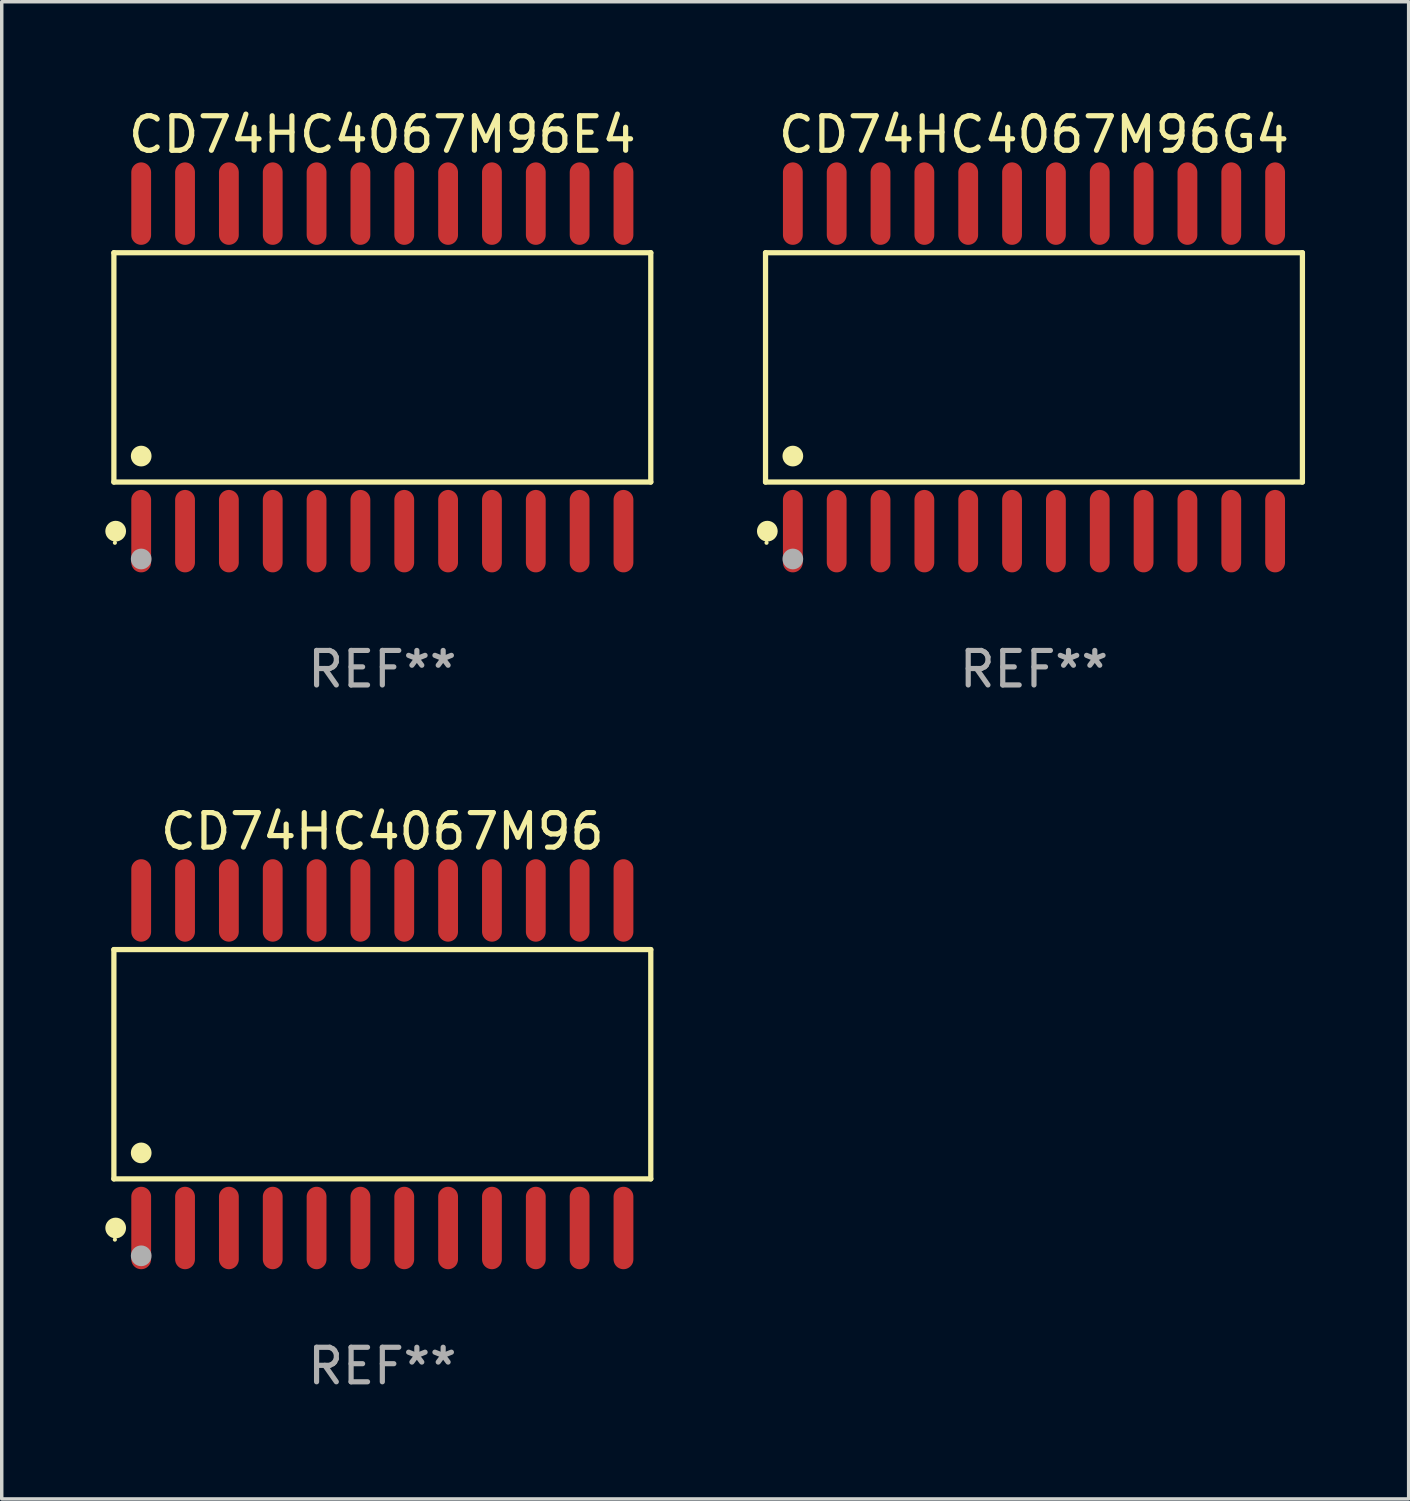
<source format=kicad_pcb>
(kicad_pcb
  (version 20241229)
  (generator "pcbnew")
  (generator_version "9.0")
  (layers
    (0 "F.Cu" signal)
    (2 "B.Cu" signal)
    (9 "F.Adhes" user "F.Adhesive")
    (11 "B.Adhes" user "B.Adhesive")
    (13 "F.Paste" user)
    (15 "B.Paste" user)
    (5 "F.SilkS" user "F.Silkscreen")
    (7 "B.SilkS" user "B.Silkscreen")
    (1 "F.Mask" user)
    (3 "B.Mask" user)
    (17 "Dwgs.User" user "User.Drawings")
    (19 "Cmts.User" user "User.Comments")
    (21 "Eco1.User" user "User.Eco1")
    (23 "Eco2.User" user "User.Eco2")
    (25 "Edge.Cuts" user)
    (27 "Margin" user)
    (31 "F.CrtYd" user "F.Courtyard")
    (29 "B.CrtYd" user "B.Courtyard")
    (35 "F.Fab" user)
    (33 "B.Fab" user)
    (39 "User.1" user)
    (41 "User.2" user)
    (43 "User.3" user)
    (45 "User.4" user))
  (footprint "CD74HC4067M96"
    (layer "F.Cu")
    (at 8.025 27.777)
    (property "Reference" "CD74HC4067M96" (at 0 -6.744 0) (layer "F.SilkS") (effects (font (size 1 1) (thickness 0.15))))
    (attr through_hole)
    (fp_line (start -7.776 -3.321) (end 7.776 -3.321) (stroke (width 0.152) (type solid)) (layer "F.SilkS"))
    (fp_line (start -7.776 3.321) (end -7.776 -3.321) (stroke (width 0.152) (type solid)) (layer "F.SilkS"))
    (fp_line (start 7.776 -3.321) (end 7.776 3.321) (stroke (width 0.152) (type solid)) (layer "F.SilkS"))
    (fp_line (start 7.776 3.321) (end -7.776 3.321) (stroke (width 0.152) (type solid)) (layer "F.SilkS"))
    (fp_circle (center -7.747 5.08) (end -7.717 5.08) (stroke (width 0.06) (type solid)) (fill no) (layer "F.SilkS"))
    (fp_circle (center -7.724 4.744) (end -7.574 4.744) (stroke (width 0.3) (type solid)) (fill no) (layer "F.SilkS"))
    (fp_circle (center -6.985 2.569) (end -6.835 2.569) (stroke (width 0.3) (type solid)) (fill no) (layer "F.SilkS"))
    (fp_circle (center -6.985 5.55) (end -6.835 5.55) (stroke (width 0.3) (type solid)) (fill no) (layer "F.Fab"))
    (fp_text user "REF**" (at 0 8.744 0) (layer "F.Fab") (effects (font (size 1 1) (thickness 0.15))))
    (pad "1" smd oval (at -6.985 4.744) (size 0.574 2.388) (layers "F.Cu" "F.Mask" "F.Paste"))
    (pad "2" smd oval (at -5.715 4.744) (size 0.574 2.388) (layers "F.Cu" "F.Mask" "F.Paste"))
    (pad "3" smd oval (at -4.445 4.744) (size 0.574 2.388) (layers "F.Cu" "F.Mask" "F.Paste"))
    (pad "4" smd oval (at -3.175 4.744) (size 0.574 2.388) (layers "F.Cu" "F.Mask" "F.Paste"))
    (pad "5" smd oval (at -1.905 4.744) (size 0.574 2.388) (layers "F.Cu" "F.Mask" "F.Paste"))
    (pad "6" smd oval (at -0.635 4.744) (size 0.574 2.388) (layers "F.Cu" "F.Mask" "F.Paste"))
    (pad "7" smd oval (at 0.635 4.744) (size 0.574 2.388) (layers "F.Cu" "F.Mask" "F.Paste"))
    (pad "8" smd oval (at 1.905 4.744) (size 0.574 2.388) (layers "F.Cu" "F.Mask" "F.Paste"))
    (pad "9" smd oval (at 3.175 4.744) (size 0.574 2.388) (layers "F.Cu" "F.Mask" "F.Paste"))
    (pad "10" smd oval (at 4.445 4.744) (size 0.574 2.388) (layers "F.Cu" "F.Mask" "F.Paste"))
    (pad "11" smd oval (at 5.715 4.744) (size 0.574 2.388) (layers "F.Cu" "F.Mask" "F.Paste"))
    (pad "12" smd oval (at 6.985 4.744) (size 0.574 2.388) (layers "F.Cu" "F.Mask" "F.Paste"))
    (pad "13" smd oval (at 6.985 -4.744) (size 0.574 2.388) (layers "F.Cu" "F.Mask" "F.Paste"))
    (pad "14" smd oval (at 5.715 -4.744) (size 0.574 2.388) (layers "F.Cu" "F.Mask" "F.Paste"))
    (pad "15" smd oval (at 4.445 -4.744) (size 0.574 2.388) (layers "F.Cu" "F.Mask" "F.Paste"))
    (pad "16" smd oval (at 3.175 -4.744) (size 0.574 2.388) (layers "F.Cu" "F.Mask" "F.Paste"))
    (pad "17" smd oval (at 1.905 -4.744) (size 0.574 2.388) (layers "F.Cu" "F.Mask" "F.Paste"))
    (pad "18" smd oval (at 0.635 -4.744) (size 0.574 2.388) (layers "F.Cu" "F.Mask" "F.Paste"))
    (pad "19" smd oval (at -0.635 -4.744) (size 0.574 2.388) (layers "F.Cu" "F.Mask" "F.Paste"))
    (pad "20" smd oval (at -1.905 -4.744) (size 0.574 2.388) (layers "F.Cu" "F.Mask" "F.Paste"))
    (pad "21" smd oval (at -3.175 -4.744) (size 0.574 2.388) (layers "F.Cu" "F.Mask" "F.Paste"))
    (pad "22" smd oval (at -4.445 -4.744) (size 0.574 2.388) (layers "F.Cu" "F.Mask" "F.Paste"))
    (pad "23" smd oval (at -5.715 -4.744) (size 0.574 2.388) (layers "F.Cu" "F.Mask" "F.Paste"))
    (pad "24" smd oval (at -6.985 -4.744) (size 0.574 2.388) (layers "F.Cu" "F.Mask" "F.Paste")))
  (footprint "CD74HC4067M96G4"
    (layer "F.Cu")
    (at 26.901 7.592)
    (property "Reference" "CD74HC4067M96G4" (at 0 -6.744 0) (layer "F.SilkS") (effects (font (size 1 1) (thickness 0.15))))
    (attr through_hole)
    (fp_line (start -7.776 -3.321) (end 7.776 -3.321) (stroke (width 0.152) (type solid)) (layer "F.SilkS"))
    (fp_line (start -7.776 3.321) (end -7.776 -3.321) (stroke (width 0.152) (type solid)) (layer "F.SilkS"))
    (fp_line (start 7.776 -3.321) (end 7.776 3.321) (stroke (width 0.152) (type solid)) (layer "F.SilkS"))
    (fp_line (start 7.776 3.321) (end -7.776 3.321) (stroke (width 0.152) (type solid)) (layer "F.SilkS"))
    (fp_circle (center -7.747 5.08) (end -7.717 5.08) (stroke (width 0.06) (type solid)) (fill no) (layer "F.SilkS"))
    (fp_circle (center -7.724 4.744) (end -7.574 4.744) (stroke (width 0.3) (type solid)) (fill no) (layer "F.SilkS"))
    (fp_circle (center -6.985 2.569) (end -6.835 2.569) (stroke (width 0.3) (type solid)) (fill no) (layer "F.SilkS"))
    (fp_circle (center -6.985 5.55) (end -6.835 5.55) (stroke (width 0.3) (type solid)) (fill no) (layer "F.Fab"))
    (fp_text user "REF**" (at 0 8.744 0) (layer "F.Fab") (effects (font (size 1 1) (thickness 0.15))))
    (pad "1" smd oval (at -6.985 4.744) (size 0.574 2.388) (layers "F.Cu" "F.Mask" "F.Paste"))
    (pad "2" smd oval (at -5.715 4.744) (size 0.574 2.388) (layers "F.Cu" "F.Mask" "F.Paste"))
    (pad "3" smd oval (at -4.445 4.744) (size 0.574 2.388) (layers "F.Cu" "F.Mask" "F.Paste"))
    (pad "4" smd oval (at -3.175 4.744) (size 0.574 2.388) (layers "F.Cu" "F.Mask" "F.Paste"))
    (pad "5" smd oval (at -1.905 4.744) (size 0.574 2.388) (layers "F.Cu" "F.Mask" "F.Paste"))
    (pad "6" smd oval (at -0.635 4.744) (size 0.574 2.388) (layers "F.Cu" "F.Mask" "F.Paste"))
    (pad "7" smd oval (at 0.635 4.744) (size 0.574 2.388) (layers "F.Cu" "F.Mask" "F.Paste"))
    (pad "8" smd oval (at 1.905 4.744) (size 0.574 2.388) (layers "F.Cu" "F.Mask" "F.Paste"))
    (pad "9" smd oval (at 3.175 4.744) (size 0.574 2.388) (layers "F.Cu" "F.Mask" "F.Paste"))
    (pad "10" smd oval (at 4.445 4.744) (size 0.574 2.388) (layers "F.Cu" "F.Mask" "F.Paste"))
    (pad "11" smd oval (at 5.715 4.744) (size 0.574 2.388) (layers "F.Cu" "F.Mask" "F.Paste"))
    (pad "12" smd oval (at 6.985 4.744) (size 0.574 2.388) (layers "F.Cu" "F.Mask" "F.Paste"))
    (pad "13" smd oval (at 6.985 -4.744) (size 0.574 2.388) (layers "F.Cu" "F.Mask" "F.Paste"))
    (pad "14" smd oval (at 5.715 -4.744) (size 0.574 2.388) (layers "F.Cu" "F.Mask" "F.Paste"))
    (pad "15" smd oval (at 4.445 -4.744) (size 0.574 2.388) (layers "F.Cu" "F.Mask" "F.Paste"))
    (pad "16" smd oval (at 3.175 -4.744) (size 0.574 2.388) (layers "F.Cu" "F.Mask" "F.Paste"))
    (pad "17" smd oval (at 1.905 -4.744) (size 0.574 2.388) (layers "F.Cu" "F.Mask" "F.Paste"))
    (pad "18" smd oval (at 0.635 -4.744) (size 0.574 2.388) (layers "F.Cu" "F.Mask" "F.Paste"))
    (pad "19" smd oval (at -0.635 -4.744) (size 0.574 2.388) (layers "F.Cu" "F.Mask" "F.Paste"))
    (pad "20" smd oval (at -1.905 -4.744) (size 0.574 2.388) (layers "F.Cu" "F.Mask" "F.Paste"))
    (pad "21" smd oval (at -3.175 -4.744) (size 0.574 2.388) (layers "F.Cu" "F.Mask" "F.Paste"))
    (pad "22" smd oval (at -4.445 -4.744) (size 0.574 2.388) (layers "F.Cu" "F.Mask" "F.Paste"))
    (pad "23" smd oval (at -5.715 -4.744) (size 0.574 2.388) (layers "F.Cu" "F.Mask" "F.Paste"))
    (pad "24" smd oval (at -6.985 -4.744) (size 0.574 2.388) (layers "F.Cu" "F.Mask" "F.Paste")))
  (footprint "CD74HC4067M96E4"
    (layer "F.Cu")
    (at 8.025 7.592)
    (property "Reference" "CD74HC4067M96E4" (at 0 -6.744 0) (layer "F.SilkS") (effects (font (size 1 1) (thickness 0.15))))
    (attr through_hole)
    (fp_line (start -7.776 -3.321) (end 7.776 -3.321) (stroke (width 0.152) (type solid)) (layer "F.SilkS"))
    (fp_line (start -7.776 3.321) (end -7.776 -3.321) (stroke (width 0.152) (type solid)) (layer "F.SilkS"))
    (fp_line (start 7.776 -3.321) (end 7.776 3.321) (stroke (width 0.152) (type solid)) (layer "F.SilkS"))
    (fp_line (start 7.776 3.321) (end -7.776 3.321) (stroke (width 0.152) (type solid)) (layer "F.SilkS"))
    (fp_circle (center -7.747 5.08) (end -7.717 5.08) (stroke (width 0.06) (type solid)) (fill no) (layer "F.SilkS"))
    (fp_circle (center -7.724 4.744) (end -7.574 4.744) (stroke (width 0.3) (type solid)) (fill no) (layer "F.SilkS"))
    (fp_circle (center -6.985 2.569) (end -6.835 2.569) (stroke (width 0.3) (type solid)) (fill no) (layer "F.SilkS"))
    (fp_circle (center -6.985 5.55) (end -6.835 5.55) (stroke (width 0.3) (type solid)) (fill no) (layer "F.Fab"))
    (fp_text user "REF**" (at 0 8.744 0) (layer "F.Fab") (effects (font (size 1 1) (thickness 0.15))))
    (pad "1" smd oval (at -6.985 4.744) (size 0.574 2.388) (layers "F.Cu" "F.Mask" "F.Paste"))
    (pad "2" smd oval (at -5.715 4.744) (size 0.574 2.388) (layers "F.Cu" "F.Mask" "F.Paste"))
    (pad "3" smd oval (at -4.445 4.744) (size 0.574 2.388) (layers "F.Cu" "F.Mask" "F.Paste"))
    (pad "4" smd oval (at -3.175 4.744) (size 0.574 2.388) (layers "F.Cu" "F.Mask" "F.Paste"))
    (pad "5" smd oval (at -1.905 4.744) (size 0.574 2.388) (layers "F.Cu" "F.Mask" "F.Paste"))
    (pad "6" smd oval (at -0.635 4.744) (size 0.574 2.388) (layers "F.Cu" "F.Mask" "F.Paste"))
    (pad "7" smd oval (at 0.635 4.744) (size 0.574 2.388) (layers "F.Cu" "F.Mask" "F.Paste"))
    (pad "8" smd oval (at 1.905 4.744) (size 0.574 2.388) (layers "F.Cu" "F.Mask" "F.Paste"))
    (pad "9" smd oval (at 3.175 4.744) (size 0.574 2.388) (layers "F.Cu" "F.Mask" "F.Paste"))
    (pad "10" smd oval (at 4.445 4.744) (size 0.574 2.388) (layers "F.Cu" "F.Mask" "F.Paste"))
    (pad "11" smd oval (at 5.715 4.744) (size 0.574 2.388) (layers "F.Cu" "F.Mask" "F.Paste"))
    (pad "12" smd oval (at 6.985 4.744) (size 0.574 2.388) (layers "F.Cu" "F.Mask" "F.Paste"))
    (pad "13" smd oval (at 6.985 -4.744) (size 0.574 2.388) (layers "F.Cu" "F.Mask" "F.Paste"))
    (pad "14" smd oval (at 5.715 -4.744) (size 0.574 2.388) (layers "F.Cu" "F.Mask" "F.Paste"))
    (pad "15" smd oval (at 4.445 -4.744) (size 0.574 2.388) (layers "F.Cu" "F.Mask" "F.Paste"))
    (pad "16" smd oval (at 3.175 -4.744) (size 0.574 2.388) (layers "F.Cu" "F.Mask" "F.Paste"))
    (pad "17" smd oval (at 1.905 -4.744) (size 0.574 2.388) (layers "F.Cu" "F.Mask" "F.Paste"))
    (pad "18" smd oval (at 0.635 -4.744) (size 0.574 2.388) (layers "F.Cu" "F.Mask" "F.Paste"))
    (pad "19" smd oval (at -0.635 -4.744) (size 0.574 2.388) (layers "F.Cu" "F.Mask" "F.Paste"))
    (pad "20" smd oval (at -1.905 -4.744) (size 0.574 2.388) (layers "F.Cu" "F.Mask" "F.Paste"))
    (pad "21" smd oval (at -3.175 -4.744) (size 0.574 2.388) (layers "F.Cu" "F.Mask" "F.Paste"))
    (pad "22" smd oval (at -4.445 -4.744) (size 0.574 2.388) (layers "F.Cu" "F.Mask" "F.Paste"))
    (pad "23" smd oval (at -5.715 -4.744) (size 0.574 2.388) (layers "F.Cu" "F.Mask" "F.Paste"))
    (pad "24" smd oval (at -6.985 -4.744) (size 0.574 2.388) (layers "F.Cu" "F.Mask" "F.Paste")))
  (gr_rect
    (start -3 -3)
    (end 37.754 40.369)
    (stroke (width 0.1) (type default))
    (fill no)
    (layer "Edge.Cuts")))
</source>
